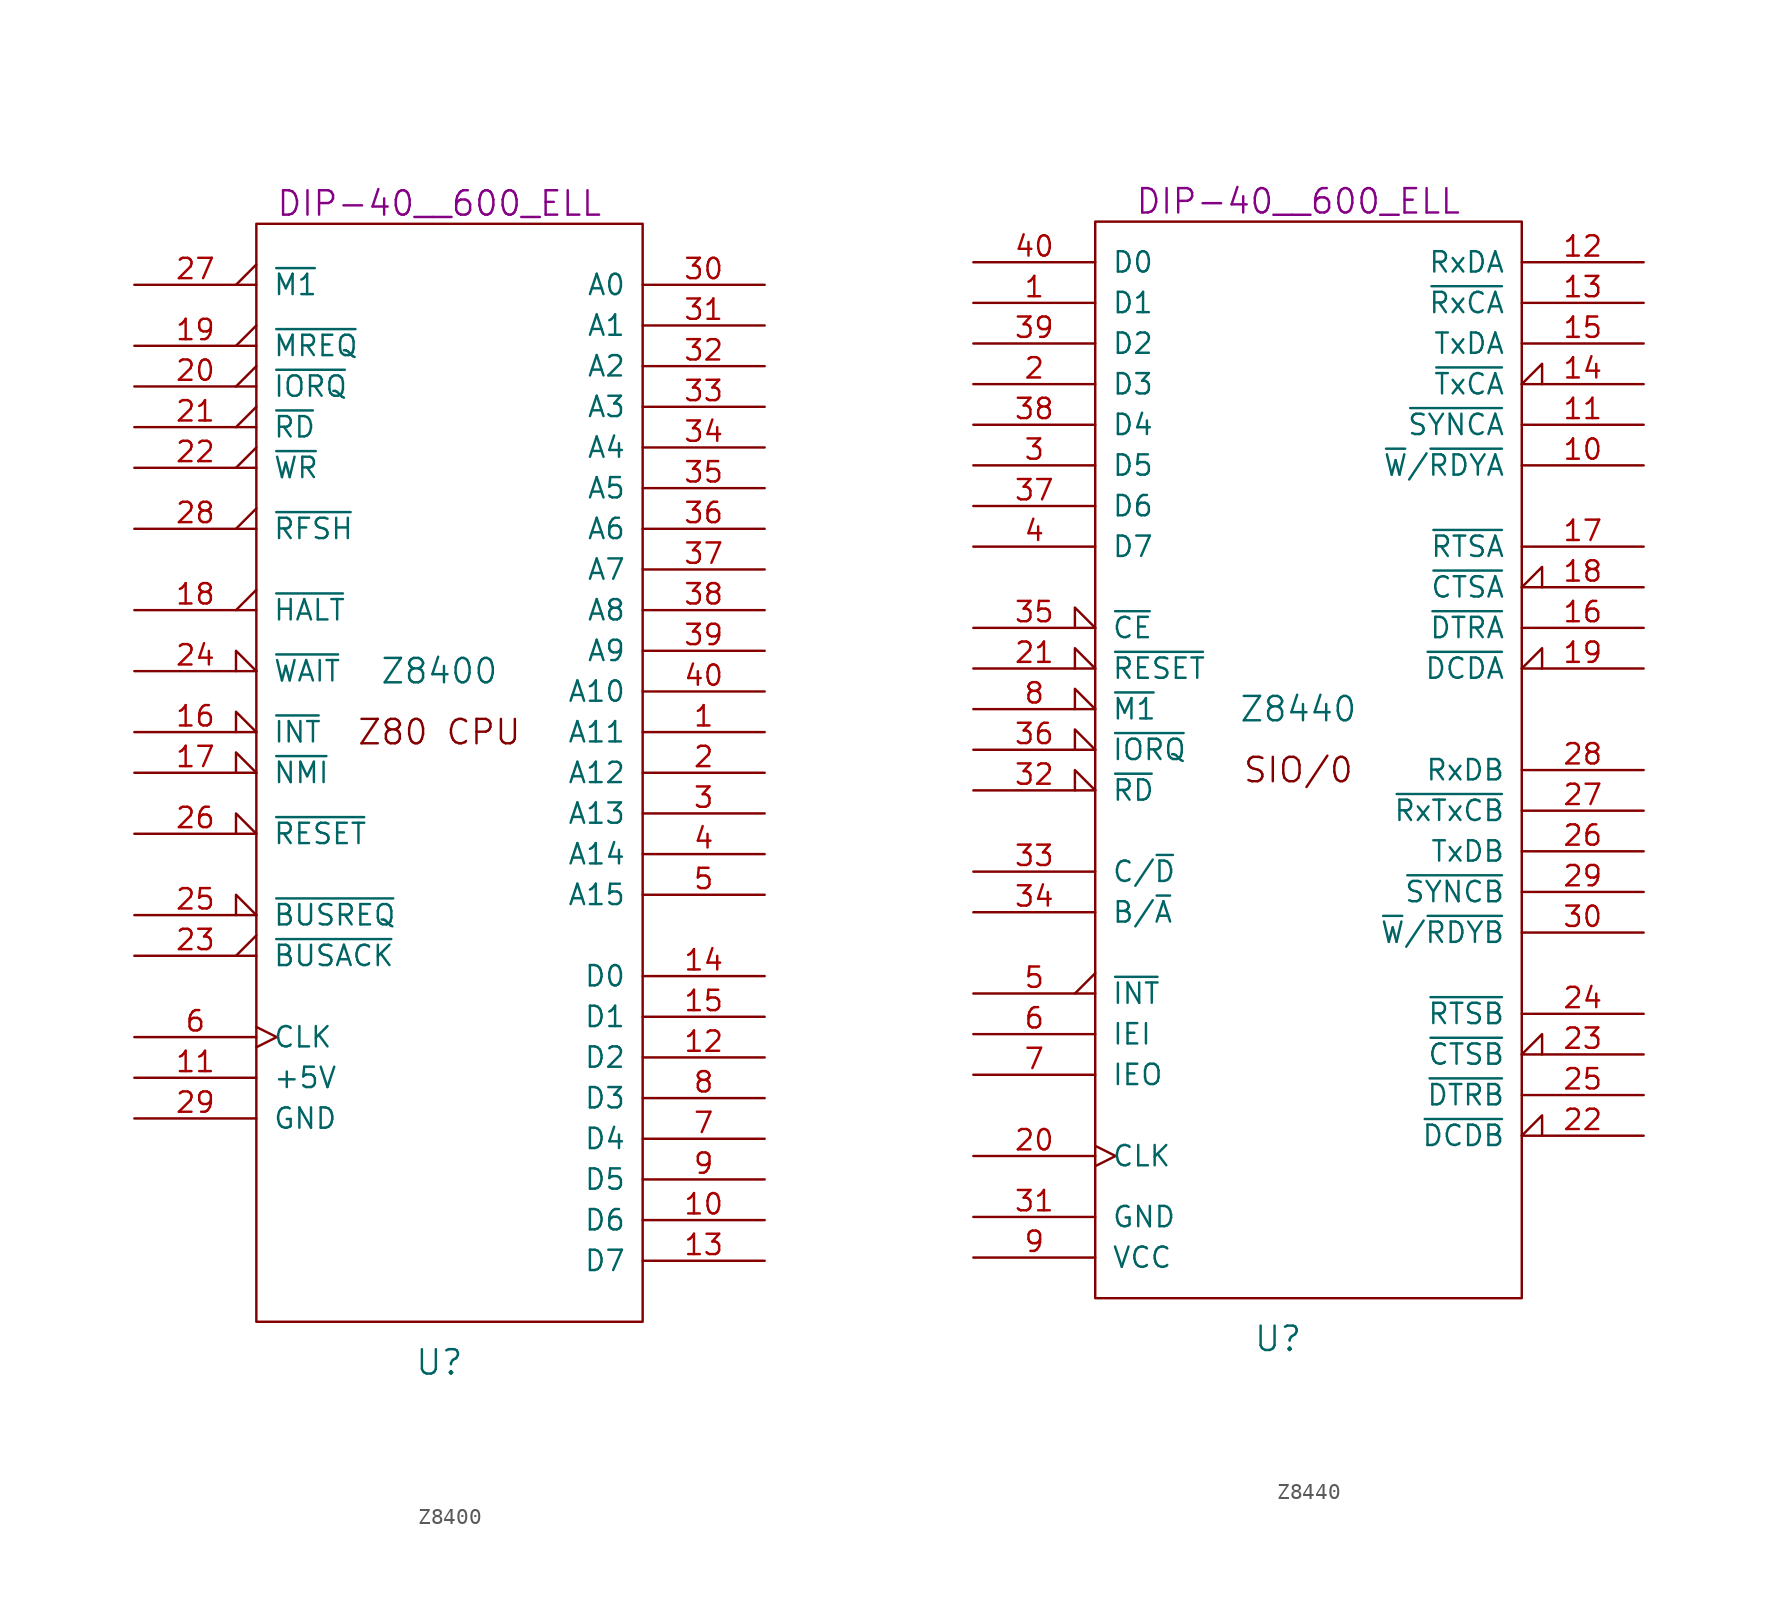
<source format=kicad_sym>
(kicad_symbol_lib
  (version 20241209)
  (generator "kicad_symbol_editor")
  (generator_version "9.0")
  (symbol "Z8400"
    (pin_names
      (offset 1.016))
    (property "Reference" "U"
      (at -1.27 -38.1 0)
      (effects (font (size 1.524 1.524))))
    (property "Value" "Z8400"
      (at -1.27 5.08 0)
      (effects (font (size 1.524 1.524))))
    (property "Footprint" "DIP-40__600_ELL"
      (at -1.27 34.29 0)
      (effects (font (size 1.524 1.524))))
    (property "Datasheet" ""
      (at -16.51 20.32 0)
      (effects (font (size 1.524 1.524))))
    (symbol "Z8400_0_0"
      (rectangle (start -12.7 33.02) (end 11.43 -35.56) (stroke (width 0) (type solid)) (fill (type none)))
      (text "Z80 CPU" (at -1.27 1.27 0) (effects (font (size 1.524 1.524)))))
    (symbol "Z8400_1_1"
      (pin output output_low (at -20.32 29.21 0) (length 7.62) (name "~{M1}" (effects (font (size 1.27 1.27)))) (number "27" (effects (font (size 1.27 1.27)))))
      (pin output output_low (at -20.32 25.4 0) (length 7.62) (name "~{MREQ}" (effects (font (size 1.27 1.27)))) (number "19" (effects (font (size 1.27 1.27)))))
      (pin output output_low (at -20.32 22.86 0) (length 7.62) (name "~{IORQ}" (effects (font (size 1.27 1.27)))) (number "20" (effects (font (size 1.27 1.27)))))
      (pin output output_low (at -20.32 20.32 0) (length 7.62) (name "~{RD}" (effects (font (size 1.27 1.27)))) (number "21" (effects (font (size 1.27 1.27)))))
      (pin output output_low (at -20.32 17.78 0) (length 7.62) (name "~{WR}" (effects (font (size 1.27 1.27)))) (number "22" (effects (font (size 1.27 1.27)))))
      (pin output output_low (at -20.32 13.97 0) (length 7.62) (name "~{RFSH}" (effects (font (size 1.27 1.27)))) (number "28" (effects (font (size 1.27 1.27)))))
      (pin output output_low (at -20.32 8.89 0) (length 7.62) (name "~{HALT}" (effects (font (size 1.27 1.27)))) (number "18" (effects (font (size 1.27 1.27)))))
      (pin input input_low (at -20.32 5.08 0) (length 7.62) (name "~{WAIT}" (effects (font (size 1.27 1.27)))) (number "24" (effects (font (size 1.27 1.27)))))
      (pin input input_low (at -20.32 1.27 0) (length 7.62) (name "~{INT}" (effects (font (size 1.27 1.27)))) (number "16" (effects (font (size 1.27 1.27)))))
      (pin input input_low (at -20.32 -1.27 0) (length 7.62) (name "~{NMI}" (effects (font (size 1.27 1.27)))) (number "17" (effects (font (size 1.27 1.27)))))
      (pin input input_low (at -20.32 -5.08 0) (length 7.62) (name "~{RESET}" (effects (font (size 1.27 1.27)))) (number "26" (effects (font (size 1.27 1.27)))))
      (pin input input_low (at -20.32 -10.16 0) (length 7.62) (name "~{BUSREQ}" (effects (font (size 1.27 1.27)))) (number "25" (effects (font (size 1.27 1.27)))))
      (pin output output_low (at -20.32 -12.7 0) (length 7.62) (name "~{BUSACK}" (effects (font (size 1.27 1.27)))) (number "23" (effects (font (size 1.27 1.27)))))
      (pin input clock (at -20.32 -17.78 0) (length 7.62) (name "CLK" (effects (font (size 1.27 1.27)))) (number "6" (effects (font (size 1.27 1.27)))))
      (pin power_in line (at -20.32 -20.32 0) (length 7.62) (name "+5V" (effects (font (size 1.27 1.27)))) (number "11" (effects (font (size 1.27 1.27)))))
      (pin power_in line (at -20.32 -22.86 0) (length 7.62) (name "GND" (effects (font (size 1.27 1.27)))) (number "29" (effects (font (size 1.27 1.27)))))
      (pin output line (at 19.05 29.21 180) (length 7.62) (name "A0" (effects (font (size 1.27 1.27)))) (number "30" (effects (font (size 1.27 1.27)))))
      (pin output line (at 19.05 26.67 180) (length 7.62) (name "A1" (effects (font (size 1.27 1.27)))) (number "31" (effects (font (size 1.27 1.27)))))
      (pin output line (at 19.05 24.13 180) (length 7.62) (name "A2" (effects (font (size 1.27 1.27)))) (number "32" (effects (font (size 1.27 1.27)))))
      (pin output line (at 19.05 21.59 180) (length 7.62) (name "A3" (effects (font (size 1.27 1.27)))) (number "33" (effects (font (size 1.27 1.27)))))
      (pin output line (at 19.05 19.05 180) (length 7.62) (name "A4" (effects (font (size 1.27 1.27)))) (number "34" (effects (font (size 1.27 1.27)))))
      (pin output line (at 19.05 16.51 180) (length 7.62) (name "A5" (effects (font (size 1.27 1.27)))) (number "35" (effects (font (size 1.27 1.27)))))
      (pin output line (at 19.05 13.97 180) (length 7.62) (name "A6" (effects (font (size 1.27 1.27)))) (number "36" (effects (font (size 1.27 1.27)))))
      (pin output line (at 19.05 11.43 180) (length 7.62) (name "A7" (effects (font (size 1.27 1.27)))) (number "37" (effects (font (size 1.27 1.27)))))
      (pin output line (at 19.05 8.89 180) (length 7.62) (name "A8" (effects (font (size 1.27 1.27)))) (number "38" (effects (font (size 1.27 1.27)))))
      (pin output line (at 19.05 6.35 180) (length 7.62) (name "A9" (effects (font (size 1.27 1.27)))) (number "39" (effects (font (size 1.27 1.27)))))
      (pin output line (at 19.05 3.81 180) (length 7.62) (name "A10" (effects (font (size 1.27 1.27)))) (number "40" (effects (font (size 1.27 1.27)))))
      (pin output line (at 19.05 1.27 180) (length 7.62) (name "A11" (effects (font (size 1.27 1.27)))) (number "1" (effects (font (size 1.27 1.27)))))
      (pin output line (at 19.05 -1.27 180) (length 7.62) (name "A12" (effects (font (size 1.27 1.27)))) (number "2" (effects (font (size 1.27 1.27)))))
      (pin output line (at 19.05 -3.81 180) (length 7.62) (name "A13" (effects (font (size 1.27 1.27)))) (number "3" (effects (font (size 1.27 1.27)))))
      (pin output line (at 19.05 -6.35 180) (length 7.62) (name "A14" (effects (font (size 1.27 1.27)))) (number "4" (effects (font (size 1.27 1.27)))))
      (pin output line (at 19.05 -8.89 180) (length 7.62) (name "A15" (effects (font (size 1.27 1.27)))) (number "5" (effects (font (size 1.27 1.27)))))
      (pin bidirectional line (at 19.05 -13.97 180) (length 7.62) (name "D0" (effects (font (size 1.27 1.27)))) (number "14" (effects (font (size 1.27 1.27)))))
      (pin bidirectional line (at 19.05 -16.51 180) (length 7.62) (name "D1" (effects (font (size 1.27 1.27)))) (number "15" (effects (font (size 1.27 1.27)))))
      (pin bidirectional line (at 19.05 -19.05 180) (length 7.62) (name "D2" (effects (font (size 1.27 1.27)))) (number "12" (effects (font (size 1.27 1.27)))))
      (pin bidirectional line (at 19.05 -21.59 180) (length 7.62) (name "D3" (effects (font (size 1.27 1.27)))) (number "8" (effects (font (size 1.27 1.27)))))
      (pin bidirectional line (at 19.05 -24.13 180) (length 7.62) (name "D4" (effects (font (size 1.27 1.27)))) (number "7" (effects (font (size 1.27 1.27)))))
      (pin bidirectional line (at 19.05 -26.67 180) (length 7.62) (name "D5" (effects (font (size 1.27 1.27)))) (number "9" (effects (font (size 1.27 1.27)))))
      (pin bidirectional line (at 19.05 -29.21 180) (length 7.62) (name "D6" (effects (font (size 1.27 1.27)))) (number "10" (effects (font (size 1.27 1.27)))))
      (pin bidirectional line (at 19.05 -31.75 180) (length 7.62) (name "D7" (effects (font (size 1.27 1.27)))) (number "13" (effects (font (size 1.27 1.27)))))))
  (symbol "Z8440"
    (pin_names
      (offset 1.016))
    (property "Reference" "U"
      (at -1.27 -36.83 0)
      (effects (font (size 1.524 1.524))))
    (property "Value" "Z8440"
      (at 0 2.54 0)
      (effects (font (size 1.524 1.524))))
    (property "Footprint" "DIP-40__600_ELL"
      (at 0 34.29 0)
      (effects (font (size 1.524 1.524))))
    (property "Datasheet" ""
      (at -16.51 15.24 0)
      (effects (font (size 1.524 1.524))))
    (symbol "Z8440_0_0"
      (rectangle (start -12.7 33.02) (end 13.97 -34.29) (stroke (width 0) (type solid)) (fill (type none)))
      (text "SIO/0" (at 0 -1.27 0) (effects (font (size 1.524 1.524)))))
    (symbol "Z8440_1_1"
      (pin bidirectional line (at -20.32 30.48 0) (length 7.62) (name "D0" (effects (font (size 1.27 1.27)))) (number "40" (effects (font (size 1.27 1.27)))))
      (pin bidirectional line (at -20.32 27.94 0) (length 7.62) (name "D1" (effects (font (size 1.27 1.27)))) (number "1" (effects (font (size 1.27 1.27)))))
      (pin bidirectional line (at -20.32 25.4 0) (length 7.62) (name "D2" (effects (font (size 1.27 1.27)))) (number "39" (effects (font (size 1.27 1.27)))))
      (pin bidirectional line (at -20.32 22.86 0) (length 7.62) (name "D3" (effects (font (size 1.27 1.27)))) (number "2" (effects (font (size 1.27 1.27)))))
      (pin bidirectional line (at -20.32 20.32 0) (length 7.62) (name "D4" (effects (font (size 1.27 1.27)))) (number "38" (effects (font (size 1.27 1.27)))))
      (pin bidirectional line (at -20.32 17.78 0) (length 7.62) (name "D5" (effects (font (size 1.27 1.27)))) (number "3" (effects (font (size 1.27 1.27)))))
      (pin bidirectional line (at -20.32 15.24 0) (length 7.62) (name "D6" (effects (font (size 1.27 1.27)))) (number "37" (effects (font (size 1.27 1.27)))))
      (pin bidirectional line (at -20.32 12.7 0) (length 7.62) (name "D7" (effects (font (size 1.27 1.27)))) (number "4" (effects (font (size 1.27 1.27)))))
      (pin input input_low (at -20.32 7.62 0) (length 7.62) (name "~{CE}" (effects (font (size 1.27 1.27)))) (number "35" (effects (font (size 1.27 1.27)))))
      (pin input input_low (at -20.32 5.08 0) (length 7.62) (name "~{RESET}" (effects (font (size 1.27 1.27)))) (number "21" (effects (font (size 1.27 1.27)))))
      (pin input input_low (at -20.32 2.54 0) (length 7.62) (name "~{M1}" (effects (font (size 1.27 1.27)))) (number "8" (effects (font (size 1.27 1.27)))))
      (pin input input_low (at -20.32 0 0) (length 7.62) (name "~{IORQ}" (effects (font (size 1.27 1.27)))) (number "36" (effects (font (size 1.27 1.27)))))
      (pin input input_low (at -20.32 -2.54 0) (length 7.62) (name "~{RD}" (effects (font (size 1.27 1.27)))) (number "32" (effects (font (size 1.27 1.27)))))
      (pin input line (at -20.32 -7.62 0) (length 7.62) (name "C/~{D}" (effects (font (size 1.27 1.27)))) (number "33" (effects (font (size 1.27 1.27)))))
      (pin input line (at -20.32 -10.16 0) (length 7.62) (name "B/~{A}" (effects (font (size 1.27 1.27)))) (number "34" (effects (font (size 1.27 1.27)))))
      (pin open_collector output_low (at -20.32 -15.24 0) (length 7.62) (name "~{INT}" (effects (font (size 1.27 1.27)))) (number "5" (effects (font (size 1.27 1.27)))))
      (pin input line (at -20.32 -17.78 0) (length 7.62) (name "IEI" (effects (font (size 1.27 1.27)))) (number "6" (effects (font (size 1.27 1.27)))))
      (pin output line (at -20.32 -20.32 0) (length 7.62) (name "IEO" (effects (font (size 1.27 1.27)))) (number "7" (effects (font (size 1.27 1.27)))))
      (pin input clock (at -20.32 -25.4 0) (length 7.62) (name "CLK" (effects (font (size 1.27 1.27)))) (number "20" (effects (font (size 1.27 1.27)))))
      (pin power_in line (at -20.32 -29.21 0) (length 7.62) (name "GND" (effects (font (size 1.27 1.27)))) (number "31" (effects (font (size 1.27 1.27)))))
      (pin power_in line (at -20.32 -31.75 0) (length 7.62) (name "VCC" (effects (font (size 1.27 1.27)))) (number "9" (effects (font (size 1.27 1.27)))))
      (pin input line (at 21.59 30.48 180) (length 7.62) (name "RxDA" (effects (font (size 1.27 1.27)))) (number "12" (effects (font (size 1.27 1.27)))))
      (pin input line (at 21.59 27.94 180) (length 7.62) (name "~{RxCA}" (effects (font (size 1.27 1.27)))) (number "13" (effects (font (size 1.27 1.27)))))
      (pin output line (at 21.59 25.4 180) (length 7.62) (name "TxDA" (effects (font (size 1.27 1.27)))) (number "15" (effects (font (size 1.27 1.27)))))
      (pin input input_low (at 21.59 22.86 180) (length 7.62) (name "~{TxCA}" (effects (font (size 1.27 1.27)))) (number "14" (effects (font (size 1.27 1.27)))))
      (pin bidirectional line (at 21.59 20.32 180) (length 7.62) (name "~{SYNCA}" (effects (font (size 1.27 1.27)))) (number "11" (effects (font (size 1.27 1.27)))))
      (pin output line (at 21.59 17.78 180) (length 7.62) (name "~{W}/~{RDYA}" (effects (font (size 1.27 1.27)))) (number "10" (effects (font (size 1.27 1.27)))))
      (pin output line (at 21.59 12.7 180) (length 7.62) (name "~{RTSA}" (effects (font (size 1.27 1.27)))) (number "17" (effects (font (size 1.27 1.27)))))
      (pin input input_low (at 21.59 10.16 180) (length 7.62) (name "~{CTSA}" (effects (font (size 1.27 1.27)))) (number "18" (effects (font (size 1.27 1.27)))))
      (pin output line (at 21.59 7.62 180) (length 7.62) (name "~{DTRA}" (effects (font (size 1.27 1.27)))) (number "16" (effects (font (size 1.27 1.27)))))
      (pin input input_low (at 21.59 5.08 180) (length 7.62) (name "~{DCDA}" (effects (font (size 1.27 1.27)))) (number "19" (effects (font (size 1.27 1.27)))))
      (pin input line (at 21.59 -1.27 180) (length 7.62) (name "RxDB" (effects (font (size 1.27 1.27)))) (number "28" (effects (font (size 1.27 1.27)))))
      (pin input line (at 21.59 -3.81 180) (length 7.62) (name "~{RxTxCB}" (effects (font (size 1.27 1.27)))) (number "27" (effects (font (size 1.27 1.27)))))
      (pin output line (at 21.59 -6.35 180) (length 7.62) (name "TxDB" (effects (font (size 1.27 1.27)))) (number "26" (effects (font (size 1.27 1.27)))))
      (pin bidirectional line (at 21.59 -8.89 180) (length 7.62) (name "~{SYNCB}" (effects (font (size 1.27 1.27)))) (number "29" (effects (font (size 1.27 1.27)))))
      (pin output line (at 21.59 -11.43 180) (length 7.62) (name "~{W}/~{RDYB}" (effects (font (size 1.27 1.27)))) (number "30" (effects (font (size 1.27 1.27)))))
      (pin output line (at 21.59 -16.51 180) (length 7.62) (name "~{RTSB}" (effects (font (size 1.27 1.27)))) (number "24" (effects (font (size 1.27 1.27)))))
      (pin input input_low (at 21.59 -19.05 180) (length 7.62) (name "~{CTSB}" (effects (font (size 1.27 1.27)))) (number "23" (effects (font (size 1.27 1.27)))))
      (pin output line (at 21.59 -21.59 180) (length 7.62) (name "~{DTRB}" (effects (font (size 1.27 1.27)))) (number "25" (effects (font (size 1.27 1.27)))))
      (pin input input_low (at 21.59 -24.13 180) (length 7.62) (name "~{DCDB}" (effects (font (size 1.27 1.27)))) (number "22" (effects (font (size 1.27 1.27))))))))
</source>
